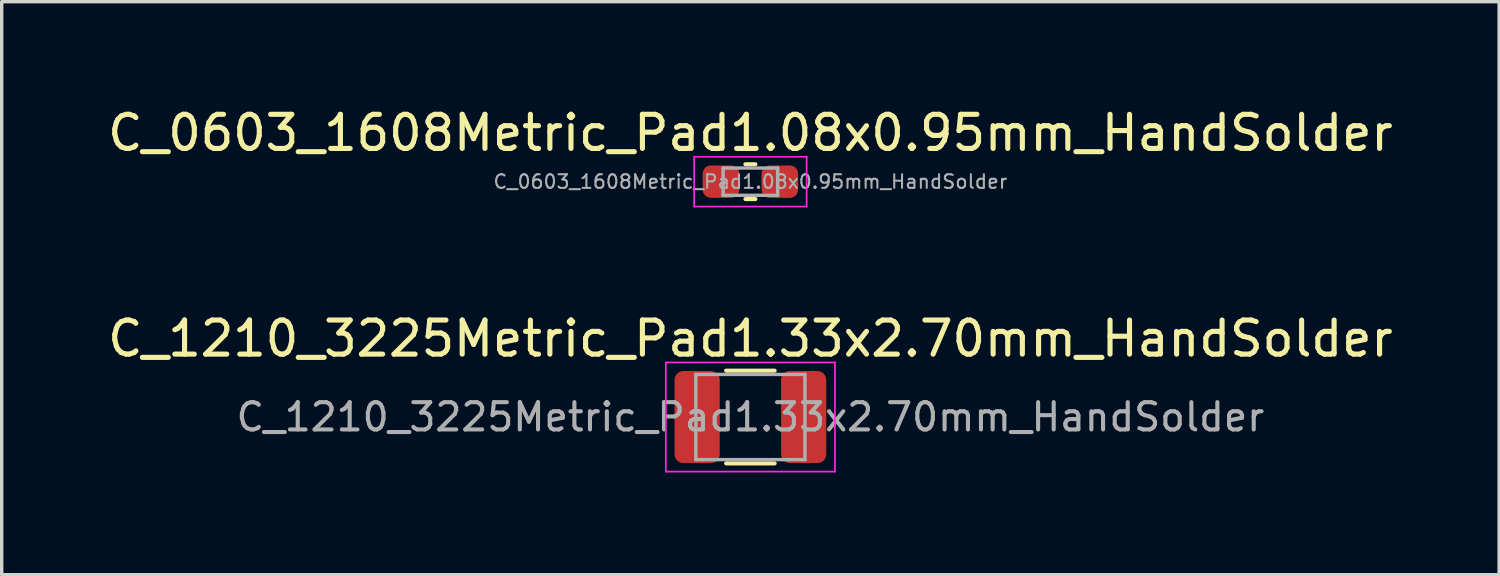
<source format=kicad_pcb>
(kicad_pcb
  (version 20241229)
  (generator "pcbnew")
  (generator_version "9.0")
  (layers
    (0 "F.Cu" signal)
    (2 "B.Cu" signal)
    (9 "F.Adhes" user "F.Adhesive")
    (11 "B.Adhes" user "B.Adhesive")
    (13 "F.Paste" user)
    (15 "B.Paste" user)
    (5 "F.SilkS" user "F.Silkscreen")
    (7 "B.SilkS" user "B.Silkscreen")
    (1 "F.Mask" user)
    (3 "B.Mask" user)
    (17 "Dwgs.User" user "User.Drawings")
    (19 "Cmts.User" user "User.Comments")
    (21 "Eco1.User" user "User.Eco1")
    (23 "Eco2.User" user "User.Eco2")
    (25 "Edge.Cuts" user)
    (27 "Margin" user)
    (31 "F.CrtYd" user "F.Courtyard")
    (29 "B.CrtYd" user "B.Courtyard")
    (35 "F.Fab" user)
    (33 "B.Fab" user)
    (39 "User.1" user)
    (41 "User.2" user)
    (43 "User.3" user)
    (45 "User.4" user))
  (footprint "C_1210_3225Metric_Pad1.33x2.70mm_HandSolder"
    (layer "F.Cu")
    (at 18.958 9.181)
    (property "Reference" "C_1210_3225Metric_Pad1.33x2.70mm_HandSolder" (at 0 -2.3 0) (layer "F.SilkS") (effects (font (size 1 1) (thickness 0.15))))
    (attr smd)
    (fp_line (start -0.711 -1.36) (end 0.711 -1.36) (stroke (width 0.12) (type solid)) (layer "F.SilkS"))
    (fp_line (start -0.711 1.36) (end 0.711 1.36) (stroke (width 0.12) (type solid)) (layer "F.SilkS"))
    (fp_line (start -2.48 -1.6) (end 2.48 -1.6) (stroke (width 0.05) (type solid)) (layer "F.CrtYd"))
    (fp_line (start -2.48 1.6) (end -2.48 -1.6) (stroke (width 0.05) (type solid)) (layer "F.CrtYd"))
    (fp_line (start 2.48 -1.6) (end 2.48 1.6) (stroke (width 0.05) (type solid)) (layer "F.CrtYd"))
    (fp_line (start 2.48 1.6) (end -2.48 1.6) (stroke (width 0.05) (type solid)) (layer "F.CrtYd"))
    (fp_line (start -1.6 -1.25) (end 1.6 -1.25) (stroke (width 0.1) (type solid)) (layer "F.Fab"))
    (fp_line (start -1.6 1.25) (end -1.6 -1.25) (stroke (width 0.1) (type solid)) (layer "F.Fab"))
    (fp_line (start 1.6 -1.25) (end 1.6 1.25) (stroke (width 0.1) (type solid)) (layer "F.Fab"))
    (fp_line (start 1.6 1.25) (end -1.6 1.25) (stroke (width 0.1) (type solid)) (layer "F.Fab"))
    (fp_text user "${REFERENCE}" (at 0 0 0) (layer "F.Fab") (effects (font (size 0.8 0.8) (thickness 0.12))))
    (pad "1" smd roundrect (at -1.562 0) (size 1.325 2.7) (layers "F.Cu" "F.Mask" "F.Paste") (roundrect_rratio 0.189))
    (pad "2" smd roundrect (at 1.562 0) (size 1.325 2.7) (layers "F.Cu" "F.Mask" "F.Paste") (roundrect_rratio 0.189)))
  (footprint "C_0603_1608Metric_Pad1.08x0.95mm_HandSolder"
    (layer "F.Cu")
    (at 18.958 2.278)
    (property "Reference" "C_0603_1608Metric_Pad1.08x0.95mm_HandSolder" (at 0 -1.43 0) (layer "F.SilkS") (effects (font (size 1 1) (thickness 0.15))))
    (attr smd)
    (fp_line (start -0.146 -0.51) (end 0.146 -0.51) (stroke (width 0.12) (type solid)) (layer "F.SilkS"))
    (fp_line (start -0.146 0.51) (end 0.146 0.51) (stroke (width 0.12) (type solid)) (layer "F.SilkS"))
    (fp_line (start -1.65 -0.73) (end 1.65 -0.73) (stroke (width 0.05) (type solid)) (layer "F.CrtYd"))
    (fp_line (start -1.65 0.73) (end -1.65 -0.73) (stroke (width 0.05) (type solid)) (layer "F.CrtYd"))
    (fp_line (start 1.65 -0.73) (end 1.65 0.73) (stroke (width 0.05) (type solid)) (layer "F.CrtYd"))
    (fp_line (start 1.65 0.73) (end -1.65 0.73) (stroke (width 0.05) (type solid)) (layer "F.CrtYd"))
    (fp_line (start -0.8 -0.4) (end 0.8 -0.4) (stroke (width 0.1) (type solid)) (layer "F.Fab"))
    (fp_line (start -0.8 0.4) (end -0.8 -0.4) (stroke (width 0.1) (type solid)) (layer "F.Fab"))
    (fp_line (start 0.8 -0.4) (end 0.8 0.4) (stroke (width 0.1) (type solid)) (layer "F.Fab"))
    (fp_line (start 0.8 0.4) (end -0.8 0.4) (stroke (width 0.1) (type solid)) (layer "F.Fab"))
    (fp_text user "${REFERENCE}" (at 0 0 0) (layer "F.Fab") (effects (font (size 0.4 0.4) (thickness 0.06))))
    (pad "1" smd roundrect (at -0.863 0) (size 1.075 0.95) (layers "F.Cu" "F.Mask" "F.Paste") (roundrect_rratio 0.25))
    (pad "2" smd roundrect (at 0.863 0) (size 1.075 0.95) (layers "F.Cu" "F.Mask" "F.Paste") (roundrect_rratio 0.25)))
  (gr_rect
    (start -3 -3)
    (end 40.917 13.806)
    (stroke (width 0.1) (type default))
    (fill no)
    (layer "Edge.Cuts")))
</source>
